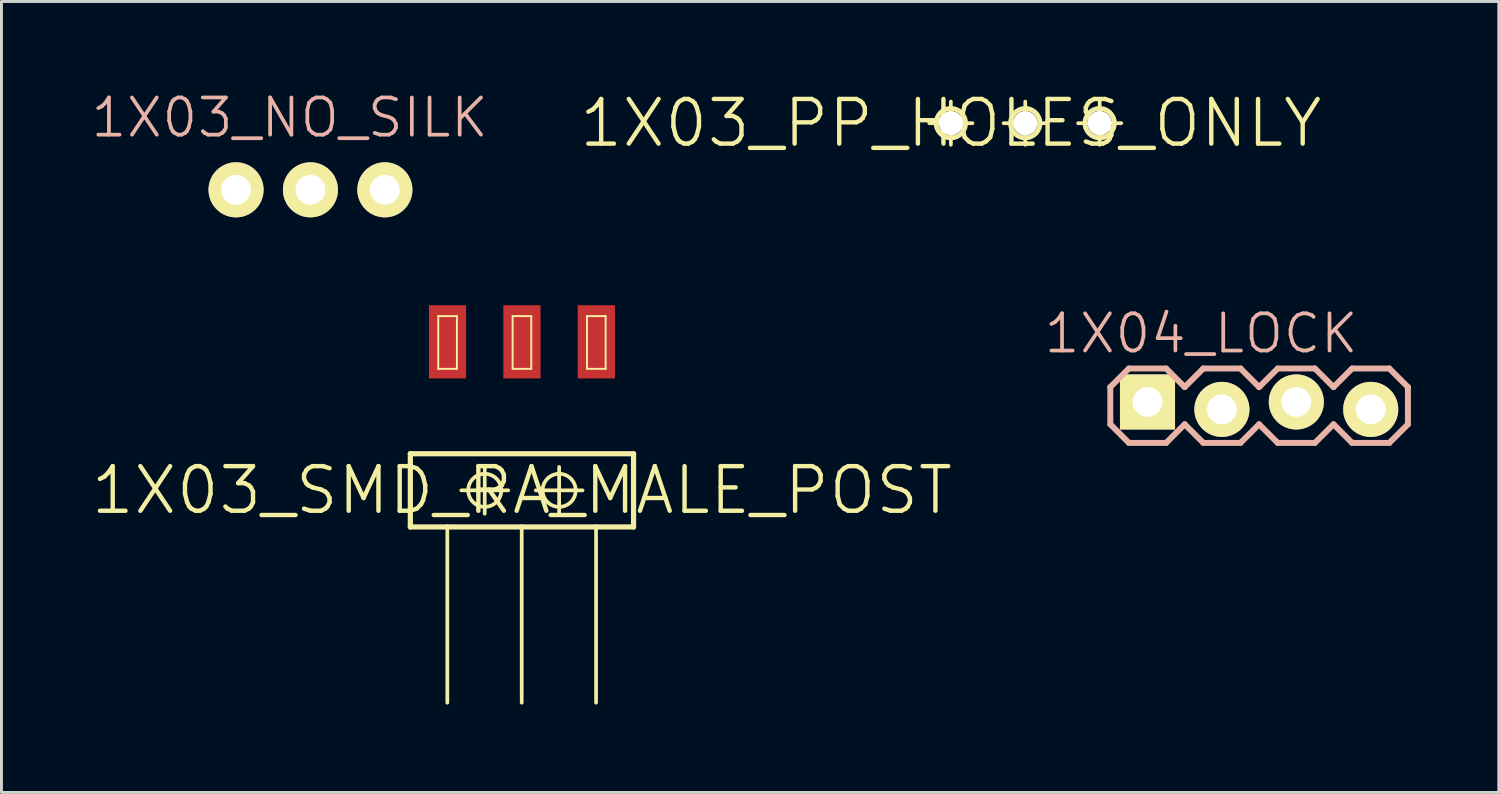
<source format=kicad_pcb>
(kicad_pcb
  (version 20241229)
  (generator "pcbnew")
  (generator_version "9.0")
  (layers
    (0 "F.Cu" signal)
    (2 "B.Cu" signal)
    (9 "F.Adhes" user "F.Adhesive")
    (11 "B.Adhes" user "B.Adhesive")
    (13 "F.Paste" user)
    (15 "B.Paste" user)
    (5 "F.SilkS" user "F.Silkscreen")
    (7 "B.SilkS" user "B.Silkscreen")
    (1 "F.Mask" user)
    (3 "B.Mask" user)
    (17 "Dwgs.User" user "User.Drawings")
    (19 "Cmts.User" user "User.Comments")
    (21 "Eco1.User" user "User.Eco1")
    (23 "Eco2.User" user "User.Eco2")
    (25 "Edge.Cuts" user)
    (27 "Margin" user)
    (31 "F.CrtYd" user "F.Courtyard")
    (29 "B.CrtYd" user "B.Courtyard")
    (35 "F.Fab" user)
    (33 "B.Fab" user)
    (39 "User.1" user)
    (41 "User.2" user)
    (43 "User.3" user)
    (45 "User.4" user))
  (footprint "1X03_SMD_RA_MALE_POST"
    (layer "F.Cu")
    (at 14.768 13.689)
    (property "Reference" "1X03_SMD_RA_MALE_POST" (at 0 0 0) (layer "F.SilkS") (effects (font (size 1.524 1.524) (thickness 0.15))))
    (attr smd)
    (fp_line (start -3.81 -1.25) (end -3.81 1.25) (stroke (width 0.178) (type solid)) (layer "F.SilkS"))
    (fp_line (start -2.857 -5.949) (end -2.22 -5.949) (stroke (width 0.066) (type solid)) (layer "F.SilkS"))
    (fp_line (start -2.857 -4.148) (end -2.857 -5.949) (stroke (width 0.066) (type solid)) (layer "F.SilkS"))
    (fp_line (start -2.857 -4.148) (end -2.22 -4.148) (stroke (width 0.066) (type solid)) (layer "F.SilkS"))
    (fp_line (start -2.548 1.25) (end -3.81 1.25) (stroke (width 0.178) (type solid)) (layer "F.SilkS"))
    (fp_line (start -2.548 1.25) (end -2.548 7.249) (stroke (width 0.127) (type solid)) (layer "F.SilkS"))
    (fp_line (start -2.22 -4.148) (end -2.22 -5.949) (stroke (width 0.066) (type solid)) (layer "F.SilkS"))
    (fp_line (start -2.068 0) (end -0.47 0) (stroke (width 0.127) (type solid)) (layer "F.SilkS"))
    (fp_line (start -1.27 0.798) (end -1.27 -0.798) (stroke (width 0.127) (type solid)) (layer "F.SilkS"))
    (fp_line (start -0.318 -5.949) (end 0.318 -5.949) (stroke (width 0.066) (type solid)) (layer "F.SilkS"))
    (fp_line (start -0.318 -4.148) (end -0.318 -5.949) (stroke (width 0.066) (type solid)) (layer "F.SilkS"))
    (fp_line (start -0.318 -4.148) (end 0.318 -4.148) (stroke (width 0.066) (type solid)) (layer "F.SilkS"))
    (fp_line (start -0.008 1.25) (end -2.548 1.25) (stroke (width 0.178) (type solid)) (layer "F.SilkS"))
    (fp_line (start -0.008 1.25) (end -0.008 7.249) (stroke (width 0.127) (type solid)) (layer "F.SilkS"))
    (fp_line (start 0.318 -4.148) (end 0.318 -5.949) (stroke (width 0.066) (type solid)) (layer "F.SilkS"))
    (fp_line (start 0.47 0) (end 2.068 0) (stroke (width 0.127) (type solid)) (layer "F.SilkS"))
    (fp_line (start 1.27 0.798) (end 1.27 -0.798) (stroke (width 0.127) (type solid)) (layer "F.SilkS"))
    (fp_line (start 2.22 -5.949) (end 2.857 -5.949) (stroke (width 0.066) (type solid)) (layer "F.SilkS"))
    (fp_line (start 2.22 -4.148) (end 2.22 -5.949) (stroke (width 0.066) (type solid)) (layer "F.SilkS"))
    (fp_line (start 2.22 -4.148) (end 2.857 -4.148) (stroke (width 0.066) (type solid)) (layer "F.SilkS"))
    (fp_line (start 2.53 1.25) (end -0.008 1.25) (stroke (width 0.178) (type solid)) (layer "F.SilkS"))
    (fp_line (start 2.53 1.25) (end 2.53 7.249) (stroke (width 0.127) (type solid)) (layer "F.SilkS"))
    (fp_line (start 2.857 -4.148) (end 2.857 -5.949) (stroke (width 0.066) (type solid)) (layer "F.SilkS"))
    (fp_line (start 3.81 -1.25) (end -3.81 -1.25) (stroke (width 0.178) (type solid)) (layer "F.SilkS"))
    (fp_line (start 3.81 1.25) (end 2.53 1.25) (stroke (width 0.178) (type solid)) (layer "F.SilkS"))
    (fp_line (start 3.81 1.25) (end 3.81 -1.25) (stroke (width 0.178) (type solid)) (layer "F.SilkS"))
    (fp_circle (center -1.27 0) (end -1.669 0.399) (stroke (width 0.127) (type solid)) (fill no) (layer "F.SilkS"))
    (fp_circle (center 1.27 0) (end 1.669 0.399) (stroke (width 0.127) (type solid)) (fill no) (layer "F.SilkS"))
    (pad "1" smd rect (at -2.54 -5.07 90) (size 2.499 1.27) (layers "F.Cu" "F.Mask" "F.Paste"))
    (pad "2" smd rect (at 0 -5.07 90) (size 2.499 1.27) (layers "F.Cu" "F.Mask" "F.Paste"))
    (pad "3" smd rect (at 2.54 -5.07 90) (size 2.499 1.27) (layers "F.Cu" "F.Mask" "F.Paste")))
  (footprint "1X03_PP_HOLES_ONLY"
    (layer "F.Cu")
    (at 29.41 1.155)
    (property "Reference" "1X03_PP_HOLES_ONLY" (at 0 0 0) (layer "F.SilkS") (effects (font (size 1.524 1.524) (thickness 0.15))))
    (attr exclude_from_pos_files exclude_from_bom)
    (fp_line (start -0.737 0) (end 0.737 0) (stroke (width 0.127) (type solid)) (layer "F.SilkS"))
    (fp_line (start 0 0.737) (end 0 -0.737) (stroke (width 0.127) (type solid)) (layer "F.SilkS"))
    (fp_line (start 1.801 0) (end 3.277 0) (stroke (width 0.127) (type solid)) (layer "F.SilkS"))
    (fp_line (start 2.54 0.737) (end 2.54 -0.737) (stroke (width 0.127) (type solid)) (layer "F.SilkS"))
    (fp_line (start 4.343 0) (end 5.817 0) (stroke (width 0.127) (type solid)) (layer "F.SilkS"))
    (fp_line (start 5.08 0.737) (end 5.08 -0.737) (stroke (width 0.127) (type solid)) (layer "F.SilkS"))
    (fp_circle (center 0 0) (end -0.368 0.368) (stroke (width 0.127) (type solid)) (fill no) (layer "F.SilkS"))
    (fp_circle (center 0 0) (end -0.318 0.318) (stroke (width 0.064) (type solid)) (fill no) (layer "F.SilkS"))
    (fp_circle (center 2.54 0) (end 2.857 0.318) (stroke (width 0.064) (type solid)) (fill no) (layer "F.SilkS"))
    (fp_circle (center 2.54 0) (end 2.908 0.368) (stroke (width 0.127) (type solid)) (fill no) (layer "F.SilkS"))
    (fp_circle (center 5.08 0) (end 5.397 0.318) (stroke (width 0.064) (type solid)) (fill no) (layer "F.SilkS"))
    (fp_circle (center 5.08 0) (end 5.448 0.368) (stroke (width 0.127) (type solid)) (fill no) (layer "F.SilkS"))
    (pad "1" thru_hole circle (at 0 0) (size 0.813 0.813) (drill 0.899) (layers "*.Cu" "F.Mask" "F.SilkS" "F.Paste"))
    (pad "2" thru_hole circle (at 2.54 0) (size 0.813 0.813) (drill 0.899) (layers "*.Cu" "F.Mask" "F.SilkS" "F.Paste"))
    (pad "3" thru_hole circle (at 5.08 0) (size 0.813 0.813) (drill 0.899) (layers "*.Cu" "F.Mask" "F.SilkS" "F.Paste")))
  (footprint "1X03_NO_SILK"
    (layer "F.Cu")
    (at 5.008 3.43)
    (property "Reference" "1X03_NO_SILK" (at 1.829 -2.464 0) (layer "B.SilkS") (effects (font (size 1.27 1.27) (thickness 0.127))))
    (attr exclude_from_pos_files exclude_from_bom)
    (fp_line (start -0.254 -0.254) (end 0.254 -0.254) (stroke (width 0.066) (type solid)) (layer "F.SilkS"))
    (fp_line (start -0.254 0.254) (end -0.254 -0.254) (stroke (width 0.066) (type solid)) (layer "F.SilkS"))
    (fp_line (start -0.254 0.254) (end 0.254 0.254) (stroke (width 0.066) (type solid)) (layer "F.SilkS"))
    (fp_line (start 0.254 0.254) (end 0.254 -0.254) (stroke (width 0.066) (type solid)) (layer "F.SilkS"))
    (fp_line (start 2.286 -0.254) (end 2.794 -0.254) (stroke (width 0.066) (type solid)) (layer "F.SilkS"))
    (fp_line (start 2.286 0.254) (end 2.286 -0.254) (stroke (width 0.066) (type solid)) (layer "F.SilkS"))
    (fp_line (start 2.286 0.254) (end 2.794 0.254) (stroke (width 0.066) (type solid)) (layer "F.SilkS"))
    (fp_line (start 2.794 0.254) (end 2.794 -0.254) (stroke (width 0.066) (type solid)) (layer "F.SilkS"))
    (fp_line (start 4.826 -0.254) (end 5.334 -0.254) (stroke (width 0.066) (type solid)) (layer "F.SilkS"))
    (fp_line (start 4.826 0.254) (end 4.826 -0.254) (stroke (width 0.066) (type solid)) (layer "F.SilkS"))
    (fp_line (start 4.826 0.254) (end 5.334 0.254) (stroke (width 0.066) (type solid)) (layer "F.SilkS"))
    (fp_line (start 5.334 0.254) (end 5.334 -0.254) (stroke (width 0.066) (type solid)) (layer "F.SilkS"))
    (pad "1" thru_hole circle (at 0 0) (size 1.88 1.88) (drill 1.016) (layers "*.Cu" "F.Mask" "F.SilkS" "F.Paste"))
    (pad "2" thru_hole circle (at 2.54 0) (size 1.88 1.88) (drill 1.016) (layers "*.Cu" "F.Mask" "F.SilkS" "F.Paste"))
    (pad "3" thru_hole circle (at 5.08 0) (size 1.88 1.88) (drill 1.016) (layers "*.Cu" "F.Mask" "F.SilkS" "F.Paste")))
  (footprint "1X04_LOCK"
    (layer "F.Cu")
    (at 36.123 10.799)
    (property "Reference" "1X04_LOCK" (at 1.829 -2.464 0) (layer "B.SilkS") (effects (font (size 1.27 1.27) (thickness 0.127))))
    (attr exclude_from_pos_files exclude_from_bom)
    (fp_line (start -0.254 -0.254) (end 0.254 -0.254) (stroke (width 0.066) (type solid)) (layer "F.SilkS"))
    (fp_line (start -0.254 0.254) (end -0.254 -0.254) (stroke (width 0.066) (type solid)) (layer "F.SilkS"))
    (fp_line (start -0.254 0.254) (end 0.254 0.254) (stroke (width 0.066) (type solid)) (layer "F.SilkS"))
    (fp_line (start 0.254 0.254) (end 0.254 -0.254) (stroke (width 0.066) (type solid)) (layer "F.SilkS"))
    (fp_line (start 2.286 -0.254) (end 2.794 -0.254) (stroke (width 0.066) (type solid)) (layer "F.SilkS"))
    (fp_line (start 2.286 0.254) (end 2.286 -0.254) (stroke (width 0.066) (type solid)) (layer "F.SilkS"))
    (fp_line (start 2.286 0.254) (end 2.794 0.254) (stroke (width 0.066) (type solid)) (layer "F.SilkS"))
    (fp_line (start 2.794 0.254) (end 2.794 -0.254) (stroke (width 0.066) (type solid)) (layer "F.SilkS"))
    (fp_line (start 4.826 -0.254) (end 5.334 -0.254) (stroke (width 0.066) (type solid)) (layer "F.SilkS"))
    (fp_line (start 4.826 0.254) (end 4.826 -0.254) (stroke (width 0.066) (type solid)) (layer "F.SilkS"))
    (fp_line (start 4.826 0.254) (end 5.334 0.254) (stroke (width 0.066) (type solid)) (layer "F.SilkS"))
    (fp_line (start 5.334 0.254) (end 5.334 -0.254) (stroke (width 0.066) (type solid)) (layer "F.SilkS"))
    (fp_line (start 7.366 -0.254) (end 7.874 -0.254) (stroke (width 0.066) (type solid)) (layer "F.SilkS"))
    (fp_line (start 7.366 0.254) (end 7.366 -0.254) (stroke (width 0.066) (type solid)) (layer "F.SilkS"))
    (fp_line (start 7.366 0.254) (end 7.874 0.254) (stroke (width 0.066) (type solid)) (layer "F.SilkS"))
    (fp_line (start 7.874 0.254) (end 7.874 -0.254) (stroke (width 0.066) (type solid)) (layer "F.SilkS"))
    (fp_line (start -1.27 -0.635) (end -1.27 0.635) (stroke (width 0.203) (type solid)) (layer "B.SilkS"))
    (fp_line (start -1.27 0.635) (end -0.635 1.27) (stroke (width 0.203) (type solid)) (layer "B.SilkS"))
    (fp_line (start -0.635 -1.27) (end -1.27 -0.635) (stroke (width 0.203) (type solid)) (layer "B.SilkS"))
    (fp_line (start -0.635 -1.27) (end 0.635 -1.27) (stroke (width 0.203) (type solid)) (layer "B.SilkS"))
    (fp_line (start 0.635 -1.27) (end 1.27 -0.635) (stroke (width 0.203) (type solid)) (layer "B.SilkS"))
    (fp_line (start 0.635 1.27) (end -0.635 1.27) (stroke (width 0.203) (type solid)) (layer "B.SilkS"))
    (fp_line (start 1.27 -0.635) (end 1.905 -1.27) (stroke (width 0.203) (type solid)) (layer "B.SilkS"))
    (fp_line (start 1.27 0.635) (end 0.635 1.27) (stroke (width 0.203) (type solid)) (layer "B.SilkS"))
    (fp_line (start 1.905 -1.27) (end 3.175 -1.27) (stroke (width 0.203) (type solid)) (layer "B.SilkS"))
    (fp_line (start 1.905 1.27) (end 1.27 0.635) (stroke (width 0.203) (type solid)) (layer "B.SilkS"))
    (fp_line (start 3.175 -1.27) (end 3.81 -0.635) (stroke (width 0.203) (type solid)) (layer "B.SilkS"))
    (fp_line (start 3.175 1.27) (end 1.905 1.27) (stroke (width 0.203) (type solid)) (layer "B.SilkS"))
    (fp_line (start 3.81 -0.635) (end 4.445 -1.27) (stroke (width 0.203) (type solid)) (layer "B.SilkS"))
    (fp_line (start 3.81 0.635) (end 3.175 1.27) (stroke (width 0.203) (type solid)) (layer "B.SilkS"))
    (fp_line (start 4.445 -1.27) (end 5.715 -1.27) (stroke (width 0.203) (type solid)) (layer "B.SilkS"))
    (fp_line (start 4.445 1.27) (end 3.81 0.635) (stroke (width 0.203) (type solid)) (layer "B.SilkS"))
    (fp_line (start 5.715 -1.27) (end 6.35 -0.635) (stroke (width 0.203) (type solid)) (layer "B.SilkS"))
    (fp_line (start 5.715 1.27) (end 4.445 1.27) (stroke (width 0.203) (type solid)) (layer "B.SilkS"))
    (fp_line (start 6.35 0.635) (end 5.715 1.27) (stroke (width 0.203) (type solid)) (layer "B.SilkS"))
    (fp_line (start 6.35 0.635) (end 6.985 1.27) (stroke (width 0.203) (type solid)) (layer "B.SilkS"))
    (fp_line (start 6.985 -1.27) (end 6.35 -0.635) (stroke (width 0.203) (type solid)) (layer "B.SilkS"))
    (fp_line (start 6.985 -1.27) (end 8.255 -1.27) (stroke (width 0.203) (type solid)) (layer "B.SilkS"))
    (fp_line (start 8.255 -1.27) (end 8.89 -0.635) (stroke (width 0.203) (type solid)) (layer "B.SilkS"))
    (fp_line (start 8.255 1.27) (end 6.985 1.27) (stroke (width 0.203) (type solid)) (layer "B.SilkS"))
    (fp_line (start 8.89 -0.635) (end 8.89 0.635) (stroke (width 0.203) (type solid)) (layer "B.SilkS"))
    (fp_line (start 8.89 0.635) (end 8.255 1.27) (stroke (width 0.203) (type solid)) (layer "B.SilkS"))
    (pad "1" thru_hole rect (at 0 -0.127) (size 1.88 1.88) (drill 1.016) (layers "*.Cu" "F.Mask" "F.SilkS" "F.Paste"))
    (pad "2" thru_hole circle (at 2.54 0.127) (size 1.88 1.88) (drill 1.016) (layers "*.Cu" "F.Mask" "F.SilkS" "F.Paste"))
    (pad "3" thru_hole circle (at 5.08 -0.127) (size 1.88 1.88) (drill 1.016) (layers "*.Cu" "F.Mask" "F.SilkS" "F.Paste"))
    (pad "4" thru_hole circle (at 7.62 0.127) (size 1.88 1.88) (drill 1.016) (layers "*.Cu" "F.Mask" "F.SilkS" "F.Paste")))
  (gr_rect
    (start -3 -3)
    (end 48.115 24.002)
    (stroke (width 0.1) (type default))
    (fill no)
    (layer "Edge.Cuts")))
</source>
